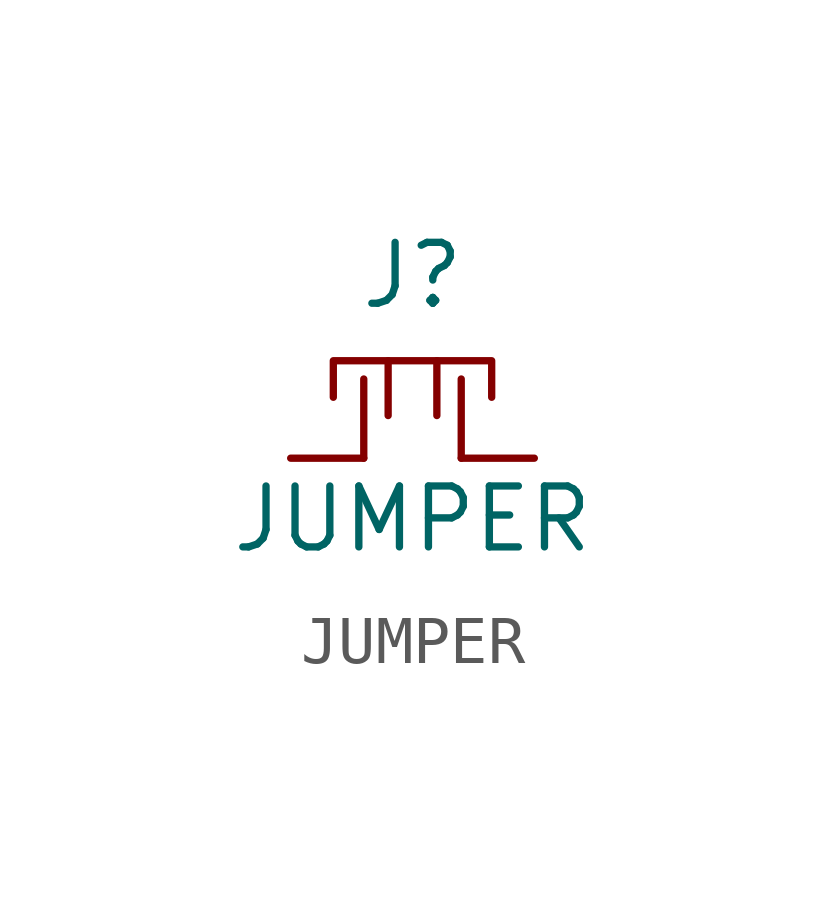
<source format=kicad_sym>
(kicad_symbol_lib
  (version 20211014)
  (generator kicad_symbol_editor)
  (symbol "JUMPER"
    (pin_numbers hide)
    (pin_names
      (offset 1.016) hide)
    (property "Reference" "J"
      (at 0 3.81 0)
      (effects (font (size 1.27 1.27))))
    (property "Value" "JUMPER"
      (at 0 -1.27 0)
      (effects (font (size 1.27 1.27))))
    (symbol "JUMPER_0_1"
      (polyline (pts (xy -1.016 0) (xy -1.016 1.651)) (stroke (width 0) (type default) (color 0 0 0 0)) (fill (type none)))
      (polyline (pts (xy -0.508 2.032) (xy -0.508 0.889)) (stroke (width 0) (type default) (color 0 0 0 0)) (fill (type none)))
      (polyline (pts (xy 0.508 2.032) (xy 0.508 0.889)) (stroke (width 0) (type default) (color 0 0 0 0)) (fill (type none)))
      (polyline (pts (xy 1.016 0) (xy 1.016 1.651)) (stroke (width 0) (type default) (color 0 0 0 0)) (fill (type none)))
      (polyline (pts (xy -1.651 1.27) (xy -1.651 2.032) (xy 1.651 2.032) (xy 1.651 1.27)) (stroke (width 0) (type default) (color 0 0 0 0)) (fill (type none))))
    (symbol "JUMPER_1_1"
      (pin passive line (at -2.54 0 0) (length 1.524) (name "~" (effects (font (size 1.27 1.27)))) (number "1" (effects (font (size 1.27 1.27)))))
      (pin passive line (at 2.54 0 180) (length 1.524) (name "~" (effects (font (size 1.27 1.27)))) (number "2" (effects (font (size 1.27 1.27))))))))
</source>
